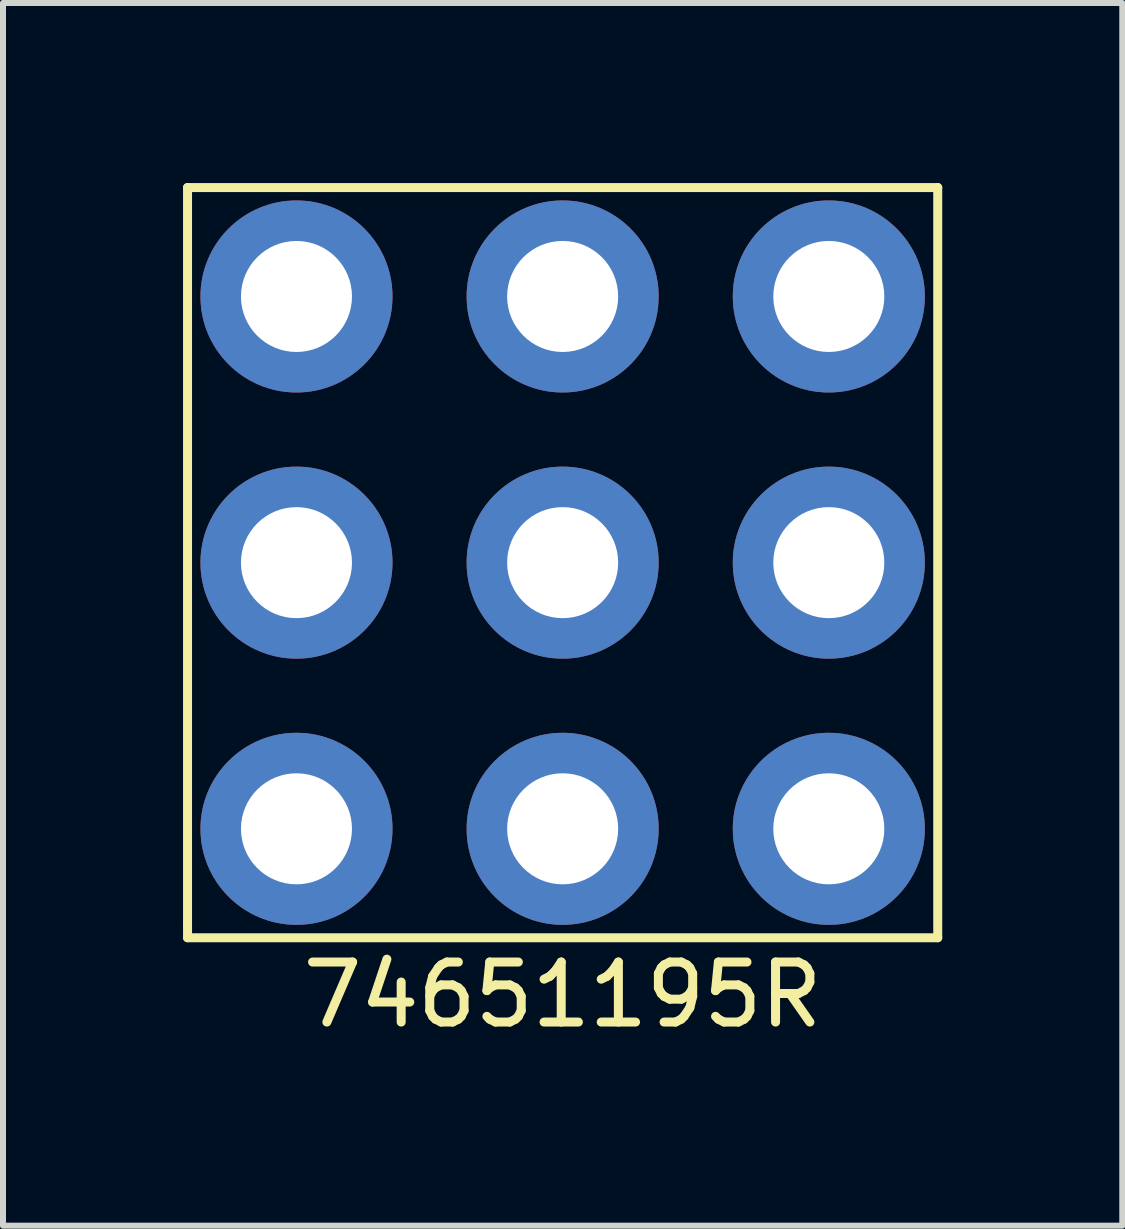
<source format=kicad_pcb>
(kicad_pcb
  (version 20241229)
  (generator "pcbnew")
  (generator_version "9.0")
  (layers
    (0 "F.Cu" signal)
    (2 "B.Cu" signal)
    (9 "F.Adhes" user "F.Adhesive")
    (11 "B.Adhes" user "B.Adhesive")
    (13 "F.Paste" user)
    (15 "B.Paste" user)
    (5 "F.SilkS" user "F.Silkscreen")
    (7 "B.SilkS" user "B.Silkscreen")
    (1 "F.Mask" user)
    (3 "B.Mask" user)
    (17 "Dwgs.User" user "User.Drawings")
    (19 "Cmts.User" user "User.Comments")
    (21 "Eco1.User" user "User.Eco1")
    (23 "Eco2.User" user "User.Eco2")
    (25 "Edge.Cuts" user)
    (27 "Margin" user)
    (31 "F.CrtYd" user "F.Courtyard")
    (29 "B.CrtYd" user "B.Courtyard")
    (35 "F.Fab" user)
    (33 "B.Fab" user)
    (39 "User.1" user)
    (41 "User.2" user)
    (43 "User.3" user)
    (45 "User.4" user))
  (footprint "74651195R"
    (layer "F.Cu")
    (at 6.325 6.325)
    (property "Reference" "74651195R" (at 0 7.2 0) (layer "F.SilkS") (effects (font (size 1 1) (thickness 0.15))))
    (attr through_hole)
    (fp_line (start -6.25 -6.25) (end 6.25 -6.25) (stroke (width 0.15) (type solid)) (layer "F.SilkS"))
    (fp_line (start -6.25 6) (end -6.25 -6.25) (stroke (width 0.15) (type solid)) (layer "F.SilkS"))
    (fp_line (start -6.25 6.25) (end -6.25 6) (stroke (width 0.15) (type solid)) (layer "F.SilkS"))
    (fp_line (start 6.25 -6.25) (end 6.25 6.25) (stroke (width 0.15) (type solid)) (layer "F.SilkS"))
    (fp_line (start 6.25 6.25) (end -6.25 6.25) (stroke (width 0.15) (type solid)) (layer "F.SilkS"))
    (pad "1" thru_hole circle (at -4.435 -4.435) (size 3.2 3.2) (drill 1.85) (layers "*.Cu" "*.Mask"))
    (pad "1" thru_hole circle (at -4.435 0) (size 3.2 3.2) (drill 1.85) (layers "*.Cu" "*.Mask"))
    (pad "1" thru_hole circle (at -4.435 4.435) (size 3.2 3.2) (drill 1.85) (layers "*.Cu" "*.Mask"))
    (pad "1" thru_hole circle (at 0 -4.435) (size 3.2 3.2) (drill 1.85) (layers "*.Cu" "*.Mask"))
    (pad "1" thru_hole circle (at 0 0) (size 3.2 3.2) (drill 1.85) (layers "*.Cu" "*.Mask"))
    (pad "1" thru_hole circle (at 0 4.435) (size 3.2 3.2) (drill 1.85) (layers "*.Cu" "*.Mask"))
    (pad "1" thru_hole circle (at 4.435 -4.435) (size 3.2 3.2) (drill 1.85) (layers "*.Cu" "*.Mask"))
    (pad "1" thru_hole circle (at 4.435 0) (size 3.2 3.2) (drill 1.85) (layers "*.Cu" "*.Mask"))
    (pad "1" thru_hole circle (at 4.435 4.435) (size 3.2 3.2) (drill 1.85) (layers "*.Cu" "*.Mask")))
  (gr_rect
    (start -3 -3)
    (end 15.65 17.373)
    (stroke (width 0.1) (type default))
    (fill no)
    (layer "Edge.Cuts")))
</source>
